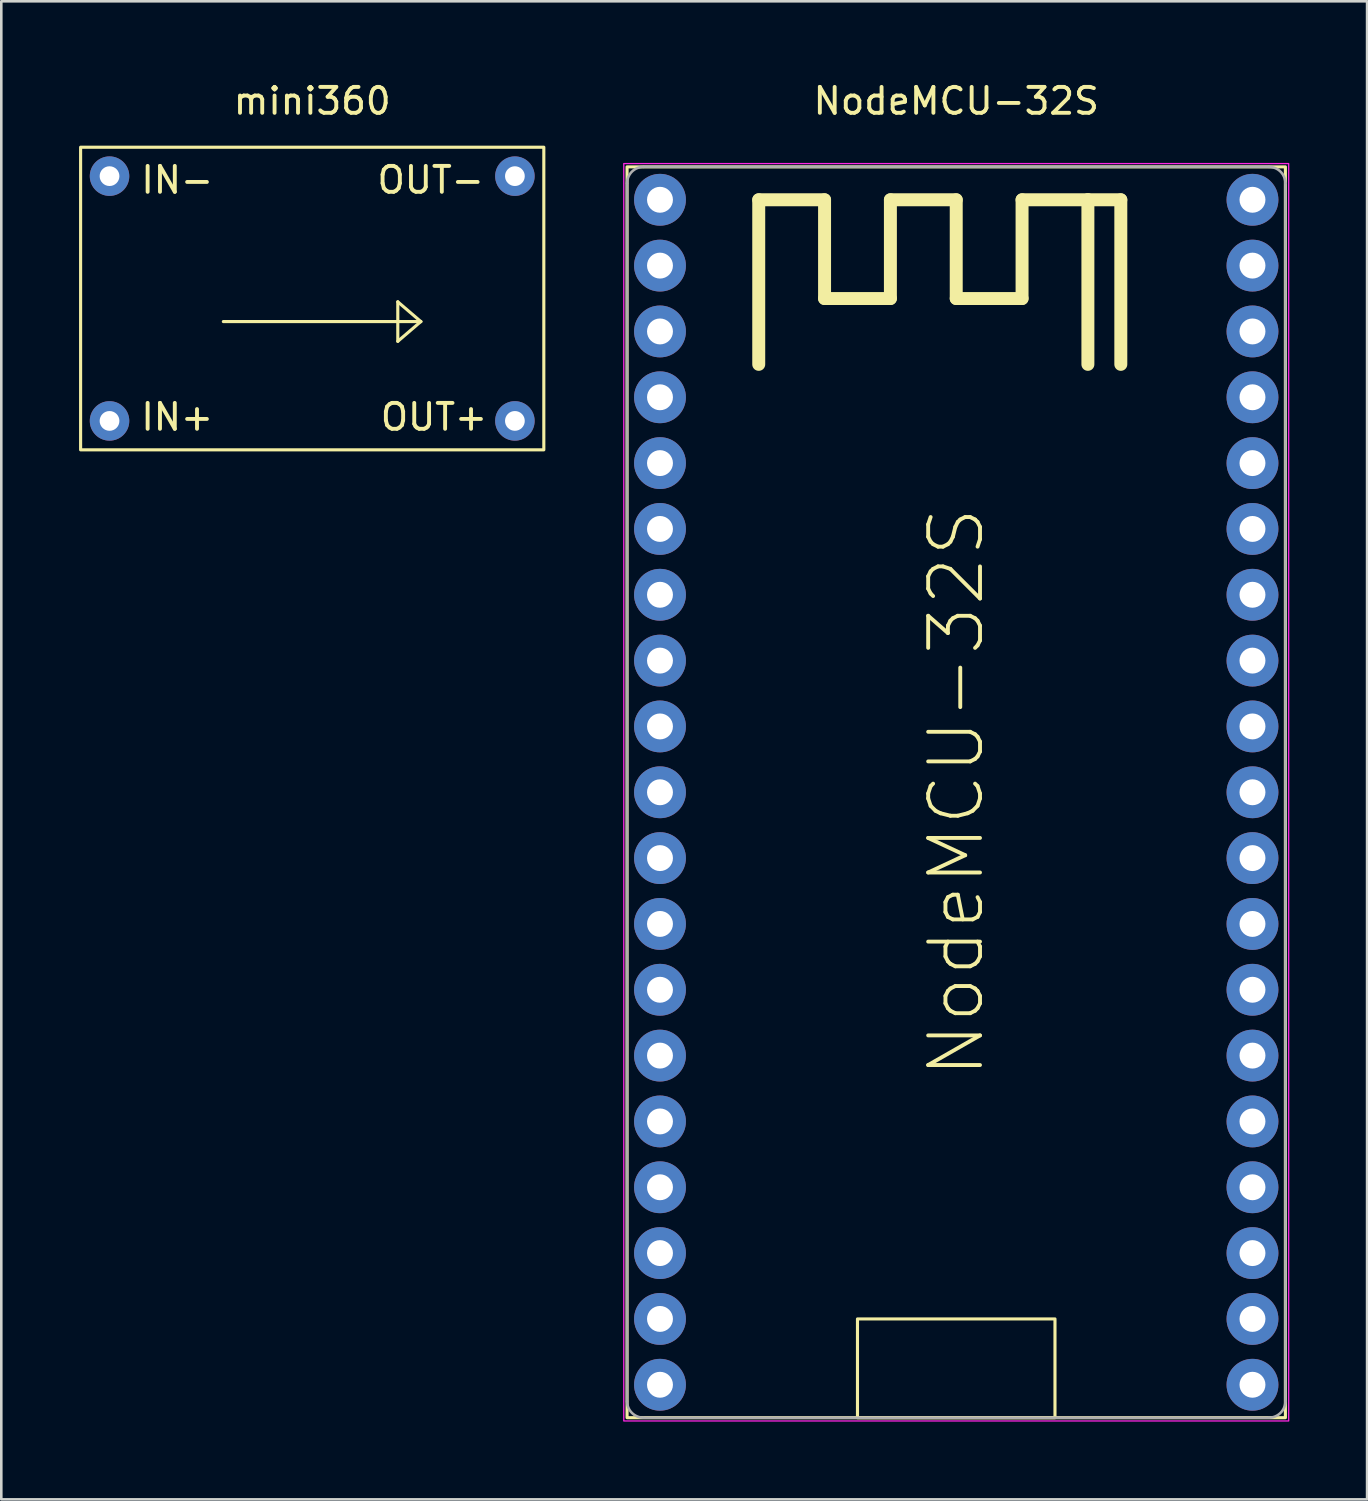
<source format=kicad_pcb>
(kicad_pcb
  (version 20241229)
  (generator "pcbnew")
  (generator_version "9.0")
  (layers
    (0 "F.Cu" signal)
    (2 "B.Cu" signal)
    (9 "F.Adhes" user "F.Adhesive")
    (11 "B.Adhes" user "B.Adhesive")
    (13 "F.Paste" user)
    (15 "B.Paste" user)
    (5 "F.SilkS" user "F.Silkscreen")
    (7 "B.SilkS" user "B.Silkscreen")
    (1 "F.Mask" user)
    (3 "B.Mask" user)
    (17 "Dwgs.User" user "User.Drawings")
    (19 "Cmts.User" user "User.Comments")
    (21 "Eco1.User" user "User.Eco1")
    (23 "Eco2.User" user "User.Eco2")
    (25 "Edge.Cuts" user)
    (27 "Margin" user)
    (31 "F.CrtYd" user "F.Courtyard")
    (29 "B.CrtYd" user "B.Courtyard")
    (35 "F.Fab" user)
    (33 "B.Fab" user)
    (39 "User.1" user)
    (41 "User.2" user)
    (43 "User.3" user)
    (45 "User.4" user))
  (footprint "NodeMCU-32S"
    (layer "F.Cu")
    (at 33.844 27.518)
    (property "Reference" "NodeMCU-32S" (at 0 -26.67 0) (unlocked yes) (layer "F.SilkS") (effects (font (size 1 1) (thickness 0.15))))
    (attr through_hole)
    (fp_line (start -7.62 -22.86) (end -5.08 -22.86) (stroke (width 0.5) (type solid)) (layer "F.SilkS"))
    (fp_line (start -7.62 -16.51) (end -7.62 -22.86) (stroke (width 0.5) (type solid)) (layer "F.SilkS"))
    (fp_line (start -5.08 -22.86) (end -5.08 -19.05) (stroke (width 0.5) (type solid)) (layer "F.SilkS"))
    (fp_line (start -5.08 -19.05) (end -2.54 -19.05) (stroke (width 0.5) (type solid)) (layer "F.SilkS"))
    (fp_line (start -2.54 -22.86) (end 0 -22.86) (stroke (width 0.5) (type solid)) (layer "F.SilkS"))
    (fp_line (start -2.54 -19.05) (end -2.54 -22.86) (stroke (width 0.5) (type solid)) (layer "F.SilkS"))
    (fp_line (start 0 -22.86) (end 0 -19.05) (stroke (width 0.5) (type solid)) (layer "F.SilkS"))
    (fp_line (start 0 -19.05) (end 2.54 -19.05) (stroke (width 0.5) (type solid)) (layer "F.SilkS"))
    (fp_line (start 2.54 -22.86) (end 5.08 -22.86) (stroke (width 0.5) (type solid)) (layer "F.SilkS"))
    (fp_line (start 2.54 -19.05) (end 2.54 -22.86) (stroke (width 0.5) (type solid)) (layer "F.SilkS"))
    (fp_line (start 5.08 -22.86) (end 5.08 -16.51) (stroke (width 0.5) (type solid)) (layer "F.SilkS"))
    (fp_line (start 5.08 -22.86) (end 6.35 -22.86) (stroke (width 0.5) (type solid)) (layer "F.SilkS"))
    (fp_line (start 6.35 -22.86) (end 6.35 -16.51) (stroke (width 0.5) (type solid)) (layer "F.SilkS"))
    (fp_rect (start -12.7 -24.13) (end 12.7 24.13) (stroke (width 0.12) (type solid)) (fill no) (layer "F.SilkS"))
    (fp_rect (start -3.81 20.32) (end 3.81 24.13) (stroke (width 0.12) (type solid)) (fill no) (layer "F.SilkS"))
    (fp_rect (start -12.827 -24.257) (end 12.827 24.257) (stroke (width 0.05) (type solid)) (fill no) (layer "F.CrtYd"))
    (fp_line (start -12.7 23.495) (end -12.7 -23.495) (stroke (width 0.1) (type solid)) (layer "F.Fab"))
    (fp_line (start -12.065 -24.13) (end 12.065 -24.13) (stroke (width 0.1) (type solid)) (layer "F.Fab"))
    (fp_line (start 12.065 24.13) (end -12.065 24.13) (stroke (width 0.1) (type solid)) (layer "F.Fab"))
    (fp_line (start 12.7 -23.495) (end 12.7 23.495) (stroke (width 0.1) (type solid)) (layer "F.Fab"))
    (fp_arc (start -12.7 -23.495) (mid -12.514013 -23.944013) (end -12.065 -24.13) (stroke (width 0.1) (type solid)) (layer "F.Fab"))
    (fp_arc (start -12.065 24.13) (mid -12.514013 23.944013) (end -12.7 23.495) (stroke (width 0.1) (type solid)) (layer "F.Fab"))
    (fp_arc (start 12.065 -24.13) (mid 12.514013 -23.944013) (end 12.7 -23.495) (stroke (width 0.1) (type solid)) (layer "F.Fab"))
    (fp_arc (start 12.7 23.495) (mid 12.514013 23.944013) (end 12.065 24.13) (stroke (width 0.1) (type solid)) (layer "F.Fab"))
    (fp_text user "NodeMCU-32S" (at 0 0 90) (unlocked yes) (layer "F.SilkS") (effects (font (size 2 2) (thickness 0.15))))
    (pad "1" thru_hole circle (at -11.43 -22.86) (size 2 2) (drill 1) (layers "*.Cu" "*.Mask"))
    (pad "2" thru_hole circle (at -11.43 -20.32) (size 2 2) (drill 1) (layers "*.Cu" "*.Mask"))
    (pad "3" thru_hole circle (at -11.43 -17.78) (size 2 2) (drill 1) (layers "*.Cu" "*.Mask"))
    (pad "4" thru_hole circle (at -11.43 -15.24) (size 2 2) (drill 1) (layers "*.Cu" "*.Mask"))
    (pad "5" thru_hole circle (at -11.43 -12.7) (size 2 2) (drill 1) (layers "*.Cu" "*.Mask"))
    (pad "6" thru_hole circle (at -11.43 -10.16) (size 2 2) (drill 1) (layers "*.Cu" "*.Mask"))
    (pad "7" thru_hole circle (at -11.43 -7.62) (size 2 2) (drill 1) (layers "*.Cu" "*.Mask"))
    (pad "8" thru_hole circle (at -11.43 -5.08) (size 2 2) (drill 1) (layers "*.Cu" "*.Mask"))
    (pad "9" thru_hole circle (at -11.43 -2.54) (size 2 2) (drill 1) (layers "*.Cu" "*.Mask"))
    (pad "10" thru_hole circle (at -11.43 0) (size 2 2) (drill 1) (layers "*.Cu" "*.Mask"))
    (pad "11" thru_hole circle (at -11.43 2.54) (size 2 2) (drill 1) (layers "*.Cu" "*.Mask"))
    (pad "12" thru_hole circle (at -11.43 5.08) (size 2 2) (drill 1) (layers "*.Cu" "*.Mask"))
    (pad "13" thru_hole circle (at -11.43 7.62) (size 2 2) (drill 1) (layers "*.Cu" "*.Mask"))
    (pad "14" thru_hole circle (at -11.43 10.16) (size 2 2) (drill 1) (layers "*.Cu" "*.Mask"))
    (pad "15" thru_hole circle (at -11.43 12.7) (size 2 2) (drill 1) (layers "*.Cu" "*.Mask"))
    (pad "16" thru_hole circle (at -11.43 15.24) (size 2 2) (drill 1) (layers "*.Cu" "*.Mask"))
    (pad "17" thru_hole circle (at -11.43 17.78) (size 2 2) (drill 1) (layers "*.Cu" "*.Mask"))
    (pad "18" thru_hole circle (at -11.43 20.32) (size 2 2) (drill 1) (layers "*.Cu" "*.Mask"))
    (pad "19" thru_hole circle (at -11.43 22.86) (size 2 2) (drill 1) (layers "*.Cu" "*.Mask"))
    (pad "20" thru_hole circle (at 11.43 22.86) (size 2 2) (drill 1) (layers "*.Cu" "*.Mask"))
    (pad "21" thru_hole circle (at 11.43 20.32) (size 2 2) (drill 1) (layers "*.Cu" "*.Mask"))
    (pad "22" thru_hole circle (at 11.43 17.78) (size 2 2) (drill 1) (layers "*.Cu" "*.Mask"))
    (pad "23" thru_hole circle (at 11.43 15.24) (size 2 2) (drill 1) (layers "*.Cu" "*.Mask"))
    (pad "24" thru_hole circle (at 11.43 12.7) (size 2 2) (drill 1) (layers "*.Cu" "*.Mask"))
    (pad "25" thru_hole circle (at 11.43 10.16) (size 2 2) (drill 1) (layers "*.Cu" "*.Mask"))
    (pad "26" thru_hole circle (at 11.43 7.62) (size 2 2) (drill 1) (layers "*.Cu" "*.Mask"))
    (pad "27" thru_hole circle (at 11.43 5.08) (size 2 2) (drill 1) (layers "*.Cu" "*.Mask"))
    (pad "28" thru_hole circle (at 11.43 2.54) (size 2 2) (drill 1) (layers "*.Cu" "*.Mask"))
    (pad "29" thru_hole circle (at 11.43 0) (size 2 2) (drill 1) (layers "*.Cu" "*.Mask"))
    (pad "30" thru_hole circle (at 11.43 -2.54) (size 2 2) (drill 1) (layers "*.Cu" "*.Mask"))
    (pad "31" thru_hole circle (at 11.43 -5.08) (size 2 2) (drill 1) (layers "*.Cu" "*.Mask"))
    (pad "32" thru_hole circle (at 11.43 -7.62) (size 2 2) (drill 1) (layers "*.Cu" "*.Mask"))
    (pad "33" thru_hole circle (at 11.43 -10.16) (size 2 2) (drill 1) (layers "*.Cu" "*.Mask"))
    (pad "34" thru_hole circle (at 11.43 -12.7) (size 2 2) (drill 1) (layers "*.Cu" "*.Mask"))
    (pad "35" thru_hole circle (at 11.43 -15.24) (size 2 2) (drill 1) (layers "*.Cu" "*.Mask"))
    (pad "36" thru_hole circle (at 11.43 -17.78) (size 2 2) (drill 1) (layers "*.Cu" "*.Mask"))
    (pad "37" thru_hole circle (at 11.43 -20.32) (size 2 2) (drill 1) (layers "*.Cu" "*.Mask"))
    (pad "38" thru_hole circle (at 11.43 -22.86) (size 2 2) (drill 1) (layers "*.Cu" "*.Mask")))
  (footprint "mini360"
    (layer "F.Cu")
    (at 8.996 8.468)
    (property "Reference" "mini360" (at 0 -7.62 0) (unlocked yes) (layer "F.SilkS") (effects (font (size 1 1) (thickness 0.15))))
    (attr through_hole)
    (fp_line (start -3.429 0.889) (end 4.191 0.889) (stroke (width 0.12) (type solid)) (layer "F.SilkS"))
    (fp_line (start 3.302 0.127) (end 3.302 1.651) (stroke (width 0.12) (type solid)) (layer "F.SilkS"))
    (fp_line (start 3.302 1.651) (end 4.191 0.889) (stroke (width 0.12) (type solid)) (layer "F.SilkS"))
    (fp_line (start 4.191 0.889) (end 3.302 0.127) (stroke (width 0.12) (type solid)) (layer "F.SilkS"))
    (fp_rect (start -8.936 -5.838) (end 8.936 5.838) (stroke (width 0.12) (type solid)) (fill no) (layer "F.SilkS"))
    (fp_text user "OUT-" (at 4.572 -4.572 0) (unlocked yes) (layer "F.SilkS") (effects (font (size 1 1) (thickness 0.15))))
    (fp_text user "IN+" (at -5.207 4.572 0) (unlocked yes) (layer "F.SilkS") (effects (font (size 1 1) (thickness 0.15))))
    (fp_text user "OUT+" (at 4.699 4.572 0) (unlocked yes) (layer "F.SilkS") (effects (font (size 1 1) (thickness 0.15))))
    (fp_text user "IN-" (at -5.207 -4.572 0) (unlocked yes) (layer "F.SilkS") (effects (font (size 1 1) (thickness 0.15))))
    (pad "1" thru_hole circle (at -7.82 4.722) (size 1.524 1.524) (drill 0.762) (layers "*.Cu" "*.Mask"))
    (pad "2" thru_hole circle (at -7.82 -4.722) (size 1.524 1.524) (drill 0.762) (layers "*.Cu" "*.Mask"))
    (pad "3" thru_hole circle (at 7.82 4.722) (size 1.524 1.524) (drill 0.762) (layers "*.Cu" "*.Mask"))
    (pad "4" thru_hole circle (at 7.82 -4.722) (size 1.524 1.524) (drill 0.762) (layers "*.Cu" "*.Mask")))
  (gr_rect
    (start -3 -3)
    (end 49.696 54.8)
    (stroke (width 0.1) (type default))
    (fill no)
    (layer "Edge.Cuts")))
</source>
